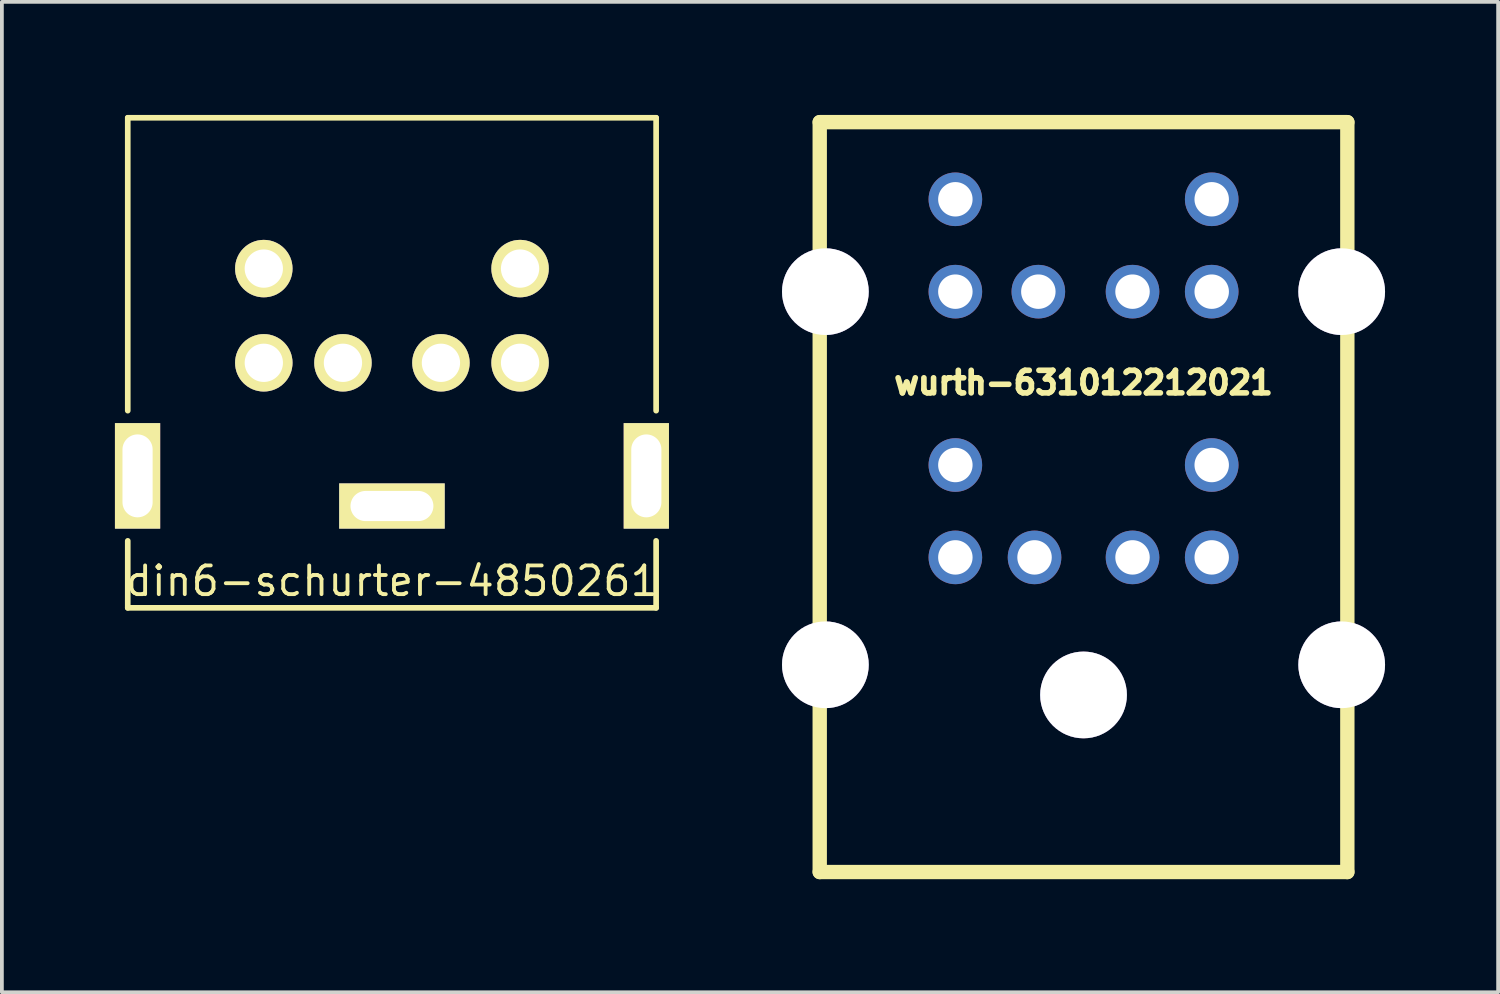
<source format=kicad_pcb>
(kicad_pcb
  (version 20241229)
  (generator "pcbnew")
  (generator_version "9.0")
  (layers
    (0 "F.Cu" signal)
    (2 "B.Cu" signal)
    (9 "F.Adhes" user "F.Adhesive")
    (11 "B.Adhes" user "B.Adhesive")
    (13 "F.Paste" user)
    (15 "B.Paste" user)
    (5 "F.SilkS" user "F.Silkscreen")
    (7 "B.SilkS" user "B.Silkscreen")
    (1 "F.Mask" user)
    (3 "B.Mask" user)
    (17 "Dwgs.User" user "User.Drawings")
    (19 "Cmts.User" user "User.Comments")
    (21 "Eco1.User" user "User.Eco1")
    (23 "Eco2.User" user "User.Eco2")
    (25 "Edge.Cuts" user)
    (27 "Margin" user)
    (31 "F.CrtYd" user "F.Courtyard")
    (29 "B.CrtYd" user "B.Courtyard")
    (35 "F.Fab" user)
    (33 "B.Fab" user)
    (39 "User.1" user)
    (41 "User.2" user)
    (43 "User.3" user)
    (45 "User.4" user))
  (footprint "din6-schurter-4850261"
    (layer "F.Cu")
    (at 7.35 6.577)
    (property "Reference" "din6-schurter-4850261" (at 0 5.791 0) (layer "F.SilkS") (effects (font (size 0.762 0.762) (thickness 0.102))))
    (attr through_hole)
    (fp_line (start -7.01 -6.502) (end -7.01 1.27) (stroke (width 0.15) (type solid)) (layer "F.SilkS"))
    (fp_line (start -7.01 6.502) (end -7.01 4.724) (stroke (width 0.15) (type solid)) (layer "F.SilkS"))
    (fp_line (start -7.01 6.502) (end 7.01 6.502) (stroke (width 0.15) (type solid)) (layer "F.SilkS"))
    (fp_line (start 7.01 -6.502) (end -7.01 -6.502) (stroke (width 0.15) (type solid)) (layer "F.SilkS"))
    (fp_line (start 7.01 1.27) (end 7.01 -6.502) (stroke (width 0.15) (type solid)) (layer "F.SilkS"))
    (fp_line (start 7.01 6.502) (end 7.01 4.724) (stroke (width 0.15) (type solid)) (layer "F.SilkS"))
    (pad "0" thru_hole rect (at -6.75 3) (size 1.2 2.8) (drill oval 0.8 2.2) (layers "*.Cu" "*.Mask" "F.SilkS"))
    (pad "0" thru_hole rect (at 0 3.8) (size 2.8 1.2) (drill oval 2.2 0.8) (layers "*.Cu" "*.Mask" "F.SilkS"))
    (pad "0" thru_hole rect (at 6.75 3) (size 1.2 2.8) (drill oval 0.8 2.2) (layers "*.Cu" "*.Mask" "F.SilkS"))
    (pad "1" thru_hole circle (at 1.3 0) (size 1.524 1.524) (drill 1.016) (layers "*.Cu" "*.Mask" "F.SilkS"))
    (pad "2" thru_hole circle (at -1.3 0) (size 1.524 1.524) (drill 1.016) (layers "*.Cu" "*.Mask" "F.SilkS"))
    (pad "3" thru_hole circle (at 3.4 0) (size 1.524 1.524) (drill 1.016) (layers "*.Cu" "*.Mask" "F.SilkS"))
    (pad "4" thru_hole circle (at -3.4 0) (size 1.524 1.524) (drill 1.016) (layers "*.Cu" "*.Mask" "F.SilkS"))
    (pad "5" thru_hole circle (at 3.4 -2.5) (size 1.524 1.524) (drill 1.016) (layers "*.Cu" "*.Mask" "F.SilkS"))
    (pad "6" thru_hole circle (at -3.4 -2.5) (size 1.524 1.524) (drill 1.016) (layers "*.Cu" "*.Mask" "F.SilkS")))
  (footprint "wurth-631012212021"
    (layer "F.Cu")
    (at 25.701 9.289)
    (property "Reference" "wurth-631012212021" (at 0 -2.184 0) (layer "F.SilkS") (effects (font (size 0.599 0.599) (thickness 0.15))))
    (attr through_hole)
    (fp_line (start -7 -9.098) (end -7 10.8) (stroke (width 0.381) (type solid)) (layer "F.SilkS"))
    (fp_line (start -7 10.8) (end 7 10.8) (stroke (width 0.381) (type solid)) (layer "F.SilkS"))
    (fp_line (start 7 -9.098) (end -7 -9.098) (stroke (width 0.381) (type solid)) (layer "F.SilkS"))
    (fp_line (start 7 -9.098) (end 7 10.8) (stroke (width 0.381) (type solid)) (layer "F.SilkS"))
    (pad "0" thru_hole circle (at -6.85 -4.6) (size 2.301 2.301) (drill 2.301) (layers "*.Cu" "*.Mask"))
    (pad "0" thru_hole circle (at -6.85 5.301) (size 2.301 2.301) (drill 2.301) (layers "*.Cu" "*.Mask"))
    (pad "0" thru_hole circle (at 0 6.101) (size 2.301 2.301) (drill 2.301) (layers "*.Cu" "*.Mask"))
    (pad "0" thru_hole circle (at 6.85 -4.6) (size 2.301 2.301) (drill 2.301) (layers "*.Cu" "*.Mask"))
    (pad "0" thru_hole circle (at 6.85 5.301) (size 2.301 2.301) (drill 2.301) (layers "*.Cu" "*.Mask"))
    (pad "1" thru_hole circle (at -3.401 -7.051) (size 1.422 1.422) (drill 0.914) (layers "*.Cu" "*.Mask"))
    (pad "2" thru_hole circle (at 3.401 -7.051) (size 1.422 1.422) (drill 0.914) (layers "*.Cu" "*.Mask"))
    (pad "3" thru_hole circle (at -3.401 -4.6) (size 1.422 1.422) (drill 0.914) (layers "*.Cu" "*.Mask"))
    (pad "4" thru_hole circle (at 3.401 -4.6) (size 1.422 1.422) (drill 0.914) (layers "*.Cu" "*.Mask"))
    (pad "5" thru_hole circle (at -1.199 -4.6) (size 1.422 1.422) (drill 0.914) (layers "*.Cu" "*.Mask"))
    (pad "6" thru_hole circle (at 1.3 -4.6) (size 1.422 1.422) (drill 0.914) (layers "*.Cu" "*.Mask"))
    (pad "11" thru_hole circle (at -3.401 0) (size 1.422 1.422) (drill 0.914) (layers "*.Cu" "*.Mask"))
    (pad "12" thru_hole circle (at 3.401 0) (size 1.422 1.422) (drill 0.914) (layers "*.Cu" "*.Mask"))
    (pad "13" thru_hole circle (at -3.401 2.451) (size 1.422 1.422) (drill 0.914) (layers "*.Cu" "*.Mask"))
    (pad "14" thru_hole circle (at 3.401 2.451) (size 1.422 1.422) (drill 0.914) (layers "*.Cu" "*.Mask"))
    (pad "15" thru_hole circle (at -1.3 2.451) (size 1.422 1.422) (drill 0.914) (layers "*.Cu" "*.Mask"))
    (pad "16" thru_hole circle (at 1.3 2.451) (size 1.422 1.422) (drill 0.914) (layers "*.Cu" "*.Mask")))
  (gr_rect
    (start -3 -3)
    (end 36.702 23.279)
    (stroke (width 0.1) (type default))
    (fill no)
    (layer "Edge.Cuts")))
</source>
